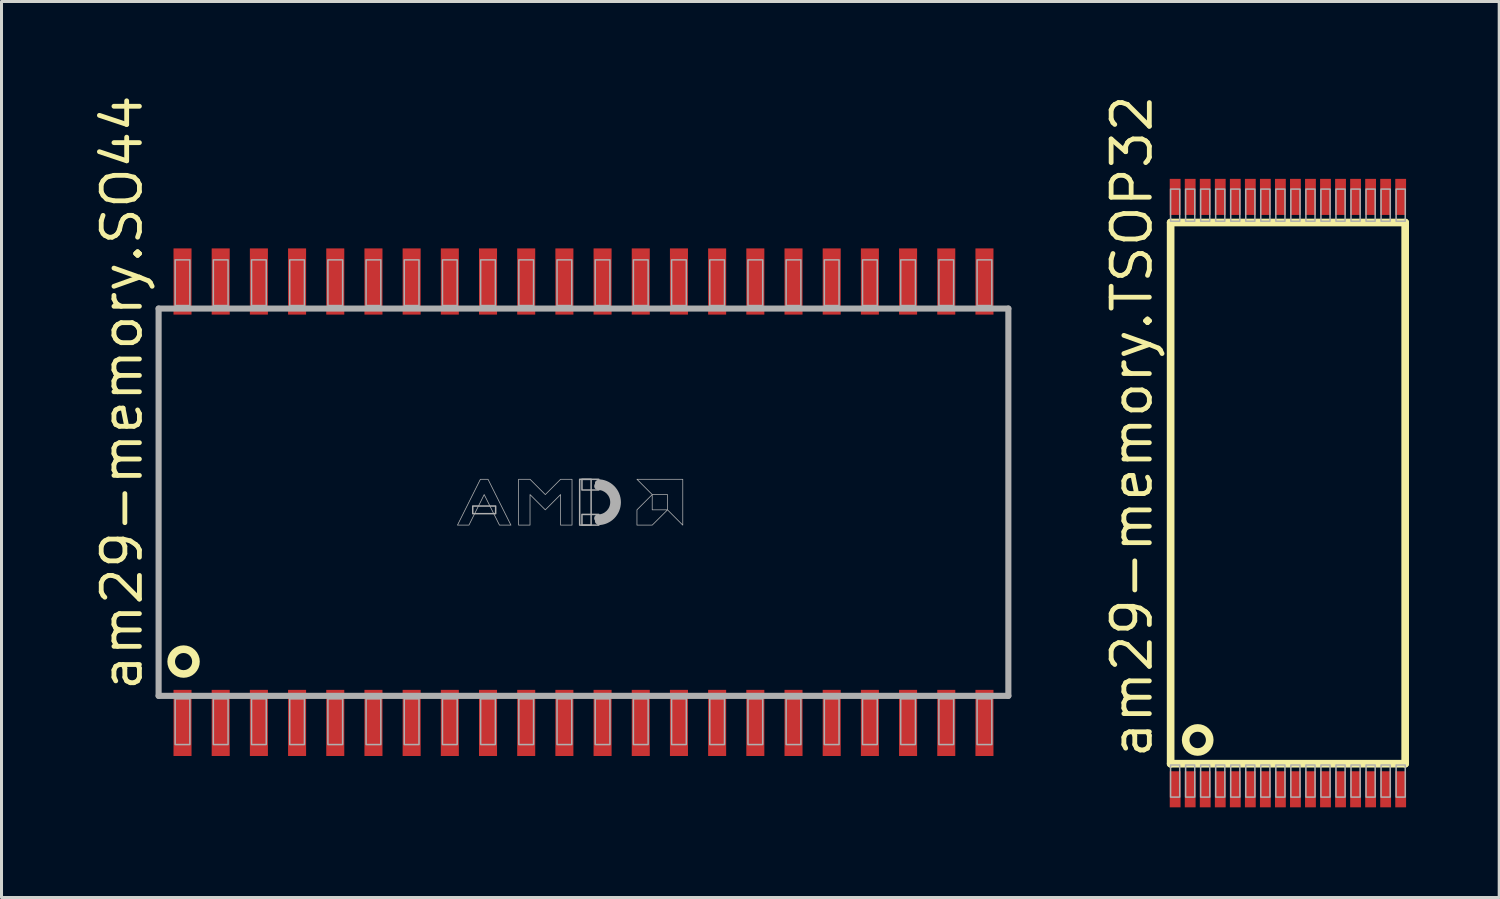
<source format=kicad_pcb>
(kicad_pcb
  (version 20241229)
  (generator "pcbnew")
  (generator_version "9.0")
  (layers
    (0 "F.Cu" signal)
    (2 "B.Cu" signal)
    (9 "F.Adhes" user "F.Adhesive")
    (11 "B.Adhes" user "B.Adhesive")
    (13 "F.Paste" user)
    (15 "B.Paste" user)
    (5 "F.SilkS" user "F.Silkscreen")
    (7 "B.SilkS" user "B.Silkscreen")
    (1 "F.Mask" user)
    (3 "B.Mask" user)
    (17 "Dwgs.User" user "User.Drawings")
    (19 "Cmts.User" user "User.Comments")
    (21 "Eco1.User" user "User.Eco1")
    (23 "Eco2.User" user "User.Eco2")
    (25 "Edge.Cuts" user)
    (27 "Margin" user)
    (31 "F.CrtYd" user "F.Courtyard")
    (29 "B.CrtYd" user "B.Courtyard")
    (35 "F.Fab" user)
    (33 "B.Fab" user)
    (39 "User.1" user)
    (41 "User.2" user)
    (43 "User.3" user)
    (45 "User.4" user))
  (footprint "am29-memory.SO44"
    (layer "F.Cu")
    (at 16.355 13.652)
    (property "Reference" "am29-memory.SO44" (at -14.605 6.35 90) (layer "F.SilkS") (effects (font (size 1.27 1.27) (thickness 0.16)) (justify left bottom)))
    (attr smd)
    (fp_circle (center -13.3 5.3) (end -12.888 5.3) (stroke (width 0.254) (type default)) (fill no) (layer "F.SilkS"))
    (fp_line (start -14.13 -6.44) (end 14.13 -6.44) (stroke (width 0.203) (type default)) (layer "F.Fab"))
    (fp_line (start -14.13 6.44) (end -14.13 -6.44) (stroke (width 0.203) (type default)) (layer "F.Fab"))
    (fp_line (start 14.13 -6.44) (end 14.13 6.44) (stroke (width 0.203) (type default)) (layer "F.Fab"))
    (fp_line (start 14.13 6.44) (end -14.13 6.44) (stroke (width 0.203) (type default)) (layer "F.Fab"))
    (fp_rect (start -13.58 -6.54) (end -13.09 -8.06) (stroke (width 0.05) (type default)) (fill no) (layer "F.Fab"))
    (fp_rect (start -13.58 8.06) (end -13.09 6.54) (stroke (width 0.05) (type default)) (fill no) (layer "F.Fab"))
    (fp_rect (start -12.31 -6.54) (end -11.82 -8.06) (stroke (width 0.05) (type default)) (fill no) (layer "F.Fab"))
    (fp_rect (start -12.31 8.06) (end -11.82 6.54) (stroke (width 0.05) (type default)) (fill no) (layer "F.Fab"))
    (fp_rect (start -11.04 -6.54) (end -10.55 -8.06) (stroke (width 0.05) (type default)) (fill no) (layer "F.Fab"))
    (fp_rect (start -11.04 8.06) (end -10.55 6.54) (stroke (width 0.05) (type default)) (fill no) (layer "F.Fab"))
    (fp_rect (start -9.77 -6.54) (end -9.28 -8.06) (stroke (width 0.05) (type default)) (fill no) (layer "F.Fab"))
    (fp_rect (start -9.77 8.06) (end -9.28 6.54) (stroke (width 0.05) (type default)) (fill no) (layer "F.Fab"))
    (fp_rect (start -8.5 -6.54) (end -8.01 -8.06) (stroke (width 0.05) (type default)) (fill no) (layer "F.Fab"))
    (fp_rect (start -8.5 8.06) (end -8.01 6.54) (stroke (width 0.05) (type default)) (fill no) (layer "F.Fab"))
    (fp_rect (start -7.23 -6.54) (end -6.74 -8.06) (stroke (width 0.05) (type default)) (fill no) (layer "F.Fab"))
    (fp_rect (start -7.23 8.06) (end -6.74 6.54) (stroke (width 0.05) (type default)) (fill no) (layer "F.Fab"))
    (fp_rect (start -5.96 -6.54) (end -5.47 -8.06) (stroke (width 0.05) (type default)) (fill no) (layer "F.Fab"))
    (fp_rect (start -5.96 8.06) (end -5.47 6.54) (stroke (width 0.05) (type default)) (fill no) (layer "F.Fab"))
    (fp_rect (start -4.69 -6.54) (end -4.2 -8.06) (stroke (width 0.05) (type default)) (fill no) (layer "F.Fab"))
    (fp_rect (start -4.69 8.06) (end -4.2 6.54) (stroke (width 0.05) (type default)) (fill no) (layer "F.Fab"))
    (fp_rect (start -3.683 0.381) (end -2.921 0.127) (stroke (width 0.05) (type default)) (fill no) (layer "F.Fab"))
    (fp_rect (start -3.42 -6.54) (end -2.93 -8.06) (stroke (width 0.05) (type default)) (fill no) (layer "F.Fab"))
    (fp_rect (start -3.42 8.06) (end -2.93 6.54) (stroke (width 0.05) (type default)) (fill no) (layer "F.Fab"))
    (fp_rect (start -2.15 -6.54) (end -1.66 -8.06) (stroke (width 0.05) (type default)) (fill no) (layer "F.Fab"))
    (fp_rect (start -2.15 8.06) (end -1.66 6.54) (stroke (width 0.05) (type default)) (fill no) (layer "F.Fab"))
    (fp_rect (start -0.88 -6.54) (end -0.39 -8.06) (stroke (width 0.05) (type default)) (fill no) (layer "F.Fab"))
    (fp_rect (start -0.88 8.06) (end -0.39 6.54) (stroke (width 0.05) (type default)) (fill no) (layer "F.Fab"))
    (fp_rect (start -0.127 0.762) (end 0.254 -0.762) (stroke (width 0.05) (type default)) (fill no) (layer "F.Fab"))
    (fp_rect (start -0.051 -0.406) (end 0.508 -0.762) (stroke (width 0.05) (type default)) (fill no) (layer "F.Fab"))
    (fp_rect (start -0.051 0.762) (end 0.508 0.406) (stroke (width 0.05) (type default)) (fill no) (layer "F.Fab"))
    (fp_rect (start 0.39 -6.54) (end 0.88 -8.06) (stroke (width 0.05) (type default)) (fill no) (layer "F.Fab"))
    (fp_rect (start 0.39 8.06) (end 0.88 6.54) (stroke (width 0.05) (type default)) (fill no) (layer "F.Fab"))
    (fp_rect (start 1.66 -6.54) (end 2.15 -8.06) (stroke (width 0.05) (type default)) (fill no) (layer "F.Fab"))
    (fp_rect (start 1.66 8.06) (end 2.15 6.54) (stroke (width 0.05) (type default)) (fill no) (layer "F.Fab"))
    (fp_rect (start 2.93 -6.54) (end 3.42 -8.06) (stroke (width 0.05) (type default)) (fill no) (layer "F.Fab"))
    (fp_rect (start 2.93 8.06) (end 3.42 6.54) (stroke (width 0.05) (type default)) (fill no) (layer "F.Fab"))
    (fp_rect (start 4.2 -6.54) (end 4.69 -8.06) (stroke (width 0.05) (type default)) (fill no) (layer "F.Fab"))
    (fp_rect (start 4.2 8.06) (end 4.69 6.54) (stroke (width 0.05) (type default)) (fill no) (layer "F.Fab"))
    (fp_rect (start 5.47 -6.54) (end 5.96 -8.06) (stroke (width 0.05) (type default)) (fill no) (layer "F.Fab"))
    (fp_rect (start 5.47 8.06) (end 5.96 6.54) (stroke (width 0.05) (type default)) (fill no) (layer "F.Fab"))
    (fp_rect (start 6.74 -6.54) (end 7.23 -8.06) (stroke (width 0.05) (type default)) (fill no) (layer "F.Fab"))
    (fp_rect (start 6.74 8.06) (end 7.23 6.54) (stroke (width 0.05) (type default)) (fill no) (layer "F.Fab"))
    (fp_rect (start 8.01 -6.54) (end 8.5 -8.06) (stroke (width 0.05) (type default)) (fill no) (layer "F.Fab"))
    (fp_rect (start 8.01 8.06) (end 8.5 6.54) (stroke (width 0.05) (type default)) (fill no) (layer "F.Fab"))
    (fp_rect (start 9.28 -6.54) (end 9.77 -8.06) (stroke (width 0.05) (type default)) (fill no) (layer "F.Fab"))
    (fp_rect (start 9.28 8.06) (end 9.77 6.54) (stroke (width 0.05) (type default)) (fill no) (layer "F.Fab"))
    (fp_rect (start 10.55 -6.54) (end 11.04 -8.06) (stroke (width 0.05) (type default)) (fill no) (layer "F.Fab"))
    (fp_rect (start 10.55 8.06) (end 11.04 6.54) (stroke (width 0.05) (type default)) (fill no) (layer "F.Fab"))
    (fp_rect (start 11.82 -6.54) (end 12.31 -8.06) (stroke (width 0.05) (type default)) (fill no) (layer "F.Fab"))
    (fp_rect (start 11.82 8.06) (end 12.31 6.54) (stroke (width 0.05) (type default)) (fill no) (layer "F.Fab"))
    (fp_rect (start 13.09 -6.54) (end 13.58 -8.06) (stroke (width 0.05) (type default)) (fill no) (layer "F.Fab"))
    (fp_rect (start 13.09 8.06) (end 13.58 6.54) (stroke (width 0.05) (type default)) (fill no) (layer "F.Fab"))
    (fp_arc (start 0.4826 -0.7366) (mid 1.2192 0) (end 0.4826 0.7366) (stroke (width 0.0508) (type default)) (layer "F.Fab"))
    (fp_arc (start 0.4826 -0.635) (mid 1.1176 0) (end 0.4826 0.635) (stroke (width 0.2032) (type default)) (layer "F.Fab"))
    (fp_arc (start 0.4826 -0.5334) (mid 1.016 0) (end 0.4826 0.5334) (stroke (width 0.254) (type default)) (layer "F.Fab"))
    (fp_poly (pts (xy 1.778 -0.762) (xy 3.302 -0.762) (xy 3.302 0.762) (xy 2.794 0.254) (xy 2.794 -0.254) (xy 2.286 -0.254)) (stroke (width 0.025) (type default)) (fill no) (layer "F.Fab"))
    (fp_poly (pts (xy 2.286 -0.254) (xy 1.778 0.254) (xy 1.778 0.762) (xy 2.286 0.762) (xy 2.794 0.254) (xy 2.286 0.254)) (stroke (width 0.025) (type default)) (fill no) (layer "F.Fab"))
    (fp_poly (pts (xy -4.191 0.762) (xy -3.429 -0.762) (xy -3.175 -0.762) (xy -2.413 0.762) (xy -2.794 0.762) (xy -3.302 -0.254) (xy -3.81 0.762)) (stroke (width 0.025) (type default)) (fill no) (layer "F.Fab"))
    (fp_poly (pts (xy -2.159 0.762) (xy -2.159 -0.762) (xy -1.778 -0.762) (xy -1.27 -0.254) (xy -0.762 -0.762) (xy -0.381 -0.762) (xy -0.381 0.762) (xy -0.762 0.762) (xy -0.762 -0.254) (xy -1.27 0.254) (xy -1.778 -0.254) (xy -1.778 0.762)) (stroke (width 0.025) (type default)) (fill no) (layer "F.Fab"))
    (pad "1" smd roundrect (at -13.335 7.34) (size 0.6 2.2) (layers "F.Cu" "F.Mask" "F.Paste") (roundrect_rratio 0.01))
    (pad "2" smd roundrect (at -12.065 7.34) (size 0.6 2.2) (layers "F.Cu" "F.Mask" "F.Paste") (roundrect_rratio 0.01))
    (pad "3" smd roundrect (at -10.795 7.34) (size 0.6 2.2) (layers "F.Cu" "F.Mask" "F.Paste") (roundrect_rratio 0.01))
    (pad "4" smd roundrect (at -9.525 7.34) (size 0.6 2.2) (layers "F.Cu" "F.Mask" "F.Paste") (roundrect_rratio 0.01))
    (pad "5" smd roundrect (at -8.255 7.34) (size 0.6 2.2) (layers "F.Cu" "F.Mask" "F.Paste") (roundrect_rratio 0.01))
    (pad "6" smd roundrect (at -6.985 7.34) (size 0.6 2.2) (layers "F.Cu" "F.Mask" "F.Paste") (roundrect_rratio 0.01))
    (pad "7" smd roundrect (at -5.715 7.34) (size 0.6 2.2) (layers "F.Cu" "F.Mask" "F.Paste") (roundrect_rratio 0.01))
    (pad "8" smd roundrect (at -4.445 7.34) (size 0.6 2.2) (layers "F.Cu" "F.Mask" "F.Paste") (roundrect_rratio 0.01))
    (pad "9" smd roundrect (at -3.175 7.34) (size 0.6 2.2) (layers "F.Cu" "F.Mask" "F.Paste") (roundrect_rratio 0.01))
    (pad "10" smd roundrect (at -1.905 7.34) (size 0.6 2.2) (layers "F.Cu" "F.Mask" "F.Paste") (roundrect_rratio 0.01))
    (pad "11" smd roundrect (at -0.635 7.34) (size 0.6 2.2) (layers "F.Cu" "F.Mask" "F.Paste") (roundrect_rratio 0.01))
    (pad "12" smd roundrect (at 0.635 7.34) (size 0.6 2.2) (layers "F.Cu" "F.Mask" "F.Paste") (roundrect_rratio 0.01))
    (pad "13" smd roundrect (at 1.905 7.34) (size 0.6 2.2) (layers "F.Cu" "F.Mask" "F.Paste") (roundrect_rratio 0.01))
    (pad "14" smd roundrect (at 3.175 7.34) (size 0.6 2.2) (layers "F.Cu" "F.Mask" "F.Paste") (roundrect_rratio 0.01))
    (pad "15" smd roundrect (at 4.445 7.34) (size 0.6 2.2) (layers "F.Cu" "F.Mask" "F.Paste") (roundrect_rratio 0.01))
    (pad "16" smd roundrect (at 5.715 7.34) (size 0.6 2.2) (layers "F.Cu" "F.Mask" "F.Paste") (roundrect_rratio 0.01))
    (pad "17" smd roundrect (at 6.985 7.34) (size 0.6 2.2) (layers "F.Cu" "F.Mask" "F.Paste") (roundrect_rratio 0.01))
    (pad "18" smd roundrect (at 8.255 7.34) (size 0.6 2.2) (layers "F.Cu" "F.Mask" "F.Paste") (roundrect_rratio 0.01))
    (pad "19" smd roundrect (at 9.525 7.34) (size 0.6 2.2) (layers "F.Cu" "F.Mask" "F.Paste") (roundrect_rratio 0.01))
    (pad "20" smd roundrect (at 10.795 7.34) (size 0.6 2.2) (layers "F.Cu" "F.Mask" "F.Paste") (roundrect_rratio 0.01))
    (pad "21" smd roundrect (at 12.065 7.34) (size 0.6 2.2) (layers "F.Cu" "F.Mask" "F.Paste") (roundrect_rratio 0.01))
    (pad "22" smd roundrect (at 13.335 7.34) (size 0.6 2.2) (layers "F.Cu" "F.Mask" "F.Paste") (roundrect_rratio 0.01))
    (pad "23" smd roundrect (at 13.335 -7.34) (size 0.6 2.2) (layers "F.Cu" "F.Mask" "F.Paste") (roundrect_rratio 0.01))
    (pad "24" smd roundrect (at 12.065 -7.34) (size 0.6 2.2) (layers "F.Cu" "F.Mask" "F.Paste") (roundrect_rratio 0.01))
    (pad "25" smd roundrect (at 10.795 -7.34) (size 0.6 2.2) (layers "F.Cu" "F.Mask" "F.Paste") (roundrect_rratio 0.01))
    (pad "26" smd roundrect (at 9.525 -7.34) (size 0.6 2.2) (layers "F.Cu" "F.Mask" "F.Paste") (roundrect_rratio 0.01))
    (pad "27" smd roundrect (at 8.255 -7.34) (size 0.6 2.2) (layers "F.Cu" "F.Mask" "F.Paste") (roundrect_rratio 0.01))
    (pad "28" smd roundrect (at 6.985 -7.34) (size 0.6 2.2) (layers "F.Cu" "F.Mask" "F.Paste") (roundrect_rratio 0.01))
    (pad "29" smd roundrect (at 5.715 -7.34) (size 0.6 2.2) (layers "F.Cu" "F.Mask" "F.Paste") (roundrect_rratio 0.01))
    (pad "30" smd roundrect (at 4.445 -7.34) (size 0.6 2.2) (layers "F.Cu" "F.Mask" "F.Paste") (roundrect_rratio 0.01))
    (pad "31" smd roundrect (at 3.175 -7.34) (size 0.6 2.2) (layers "F.Cu" "F.Mask" "F.Paste") (roundrect_rratio 0.01))
    (pad "32" smd roundrect (at 1.905 -7.34) (size 0.6 2.2) (layers "F.Cu" "F.Mask" "F.Paste") (roundrect_rratio 0.01))
    (pad "33" smd roundrect (at 0.635 -7.34) (size 0.6 2.2) (layers "F.Cu" "F.Mask" "F.Paste") (roundrect_rratio 0.01))
    (pad "34" smd roundrect (at -0.635 -7.34) (size 0.6 2.2) (layers "F.Cu" "F.Mask" "F.Paste") (roundrect_rratio 0.01))
    (pad "35" smd roundrect (at -1.905 -7.34) (size 0.6 2.2) (layers "F.Cu" "F.Mask" "F.Paste") (roundrect_rratio 0.01))
    (pad "36" smd roundrect (at -3.175 -7.34) (size 0.6 2.2) (layers "F.Cu" "F.Mask" "F.Paste") (roundrect_rratio 0.01))
    (pad "37" smd roundrect (at -4.445 -7.34) (size 0.6 2.2) (layers "F.Cu" "F.Mask" "F.Paste") (roundrect_rratio 0.01))
    (pad "38" smd roundrect (at -5.715 -7.34) (size 0.6 2.2) (layers "F.Cu" "F.Mask" "F.Paste") (roundrect_rratio 0.01))
    (pad "39" smd roundrect (at -6.985 -7.34) (size 0.6 2.2) (layers "F.Cu" "F.Mask" "F.Paste") (roundrect_rratio 0.01))
    (pad "40" smd roundrect (at -8.255 -7.34) (size 0.6 2.2) (layers "F.Cu" "F.Mask" "F.Paste") (roundrect_rratio 0.01))
    (pad "41" smd roundrect (at -9.525 -7.34) (size 0.6 2.2) (layers "F.Cu" "F.Mask" "F.Paste") (roundrect_rratio 0.01))
    (pad "42" smd roundrect (at -10.795 -7.34) (size 0.6 2.2) (layers "F.Cu" "F.Mask" "F.Paste") (roundrect_rratio 0.01))
    (pad "43" smd roundrect (at -12.065 -7.34) (size 0.6 2.2) (layers "F.Cu" "F.Mask" "F.Paste") (roundrect_rratio 0.01))
    (pad "44" smd roundrect (at -13.335 -7.34) (size 0.6 2.2) (layers "F.Cu" "F.Mask" "F.Paste") (roundrect_rratio 0.01)))
  (footprint "am29-memory.TSOP32"
    (layer "F.Cu")
    (at 39.782 13.349)
    (property "Reference" "am29-memory.TSOP32" (at -4.445 8.89 90) (layer "F.SilkS") (effects (font (size 1.27 1.27) (thickness 0.16)) (justify left bottom)))
    (attr smd)
    (fp_line (start -3.9 -9) (end 3.9 -9) (stroke (width 0.254) (type default)) (layer "F.SilkS"))
    (fp_line (start -3.9 9) (end -3.9 -9) (stroke (width 0.254) (type default)) (layer "F.SilkS"))
    (fp_line (start 3.9 -9) (end 3.9 9) (stroke (width 0.254) (type default)) (layer "F.SilkS"))
    (fp_line (start 3.9 9) (end -3.9 9) (stroke (width 0.254) (type default)) (layer "F.SilkS"))
    (fp_circle (center -3 8.21) (end -2.6 8.21) (stroke (width 0.254) (type default)) (fill no) (layer "F.SilkS"))
    (fp_rect (start -3.902 -9.043) (end -3.598 -10.11) (stroke (width 0.05) (type default)) (fill no) (layer "F.Fab"))
    (fp_rect (start -3.902 10.11) (end -3.598 9.043) (stroke (width 0.05) (type default)) (fill no) (layer "F.Fab"))
    (fp_rect (start -3.402 -9.043) (end -3.098 -10.11) (stroke (width 0.05) (type default)) (fill no) (layer "F.Fab"))
    (fp_rect (start -3.402 10.11) (end -3.098 9.043) (stroke (width 0.05) (type default)) (fill no) (layer "F.Fab"))
    (fp_rect (start -2.902 -9.043) (end -2.598 -10.11) (stroke (width 0.05) (type default)) (fill no) (layer "F.Fab"))
    (fp_rect (start -2.902 10.11) (end -2.598 9.043) (stroke (width 0.05) (type default)) (fill no) (layer "F.Fab"))
    (fp_rect (start -2.402 -9.043) (end -2.098 -10.11) (stroke (width 0.05) (type default)) (fill no) (layer "F.Fab"))
    (fp_rect (start -2.402 10.11) (end -2.098 9.043) (stroke (width 0.05) (type default)) (fill no) (layer "F.Fab"))
    (fp_rect (start -1.902 -9.043) (end -1.598 -10.11) (stroke (width 0.05) (type default)) (fill no) (layer "F.Fab"))
    (fp_rect (start -1.902 10.11) (end -1.598 9.043) (stroke (width 0.05) (type default)) (fill no) (layer "F.Fab"))
    (fp_rect (start -1.402 -9.043) (end -1.098 -10.11) (stroke (width 0.05) (type default)) (fill no) (layer "F.Fab"))
    (fp_rect (start -1.402 10.11) (end -1.098 9.043) (stroke (width 0.05) (type default)) (fill no) (layer "F.Fab"))
    (fp_rect (start -0.902 -9.043) (end -0.598 -10.11) (stroke (width 0.05) (type default)) (fill no) (layer "F.Fab"))
    (fp_rect (start -0.902 10.11) (end -0.598 9.043) (stroke (width 0.05) (type default)) (fill no) (layer "F.Fab"))
    (fp_rect (start -0.402 -9.043) (end -0.098 -10.11) (stroke (width 0.05) (type default)) (fill no) (layer "F.Fab"))
    (fp_rect (start -0.402 10.11) (end -0.098 9.043) (stroke (width 0.05) (type default)) (fill no) (layer "F.Fab"))
    (fp_rect (start 0.098 -9.043) (end 0.402 -10.11) (stroke (width 0.05) (type default)) (fill no) (layer "F.Fab"))
    (fp_rect (start 0.098 10.11) (end 0.402 9.043) (stroke (width 0.05) (type default)) (fill no) (layer "F.Fab"))
    (fp_rect (start 0.598 -9.043) (end 0.902 -10.11) (stroke (width 0.05) (type default)) (fill no) (layer "F.Fab"))
    (fp_rect (start 0.598 10.11) (end 0.902 9.043) (stroke (width 0.05) (type default)) (fill no) (layer "F.Fab"))
    (fp_rect (start 1.098 -9.043) (end 1.402 -10.11) (stroke (width 0.05) (type default)) (fill no) (layer "F.Fab"))
    (fp_rect (start 1.098 10.11) (end 1.402 9.043) (stroke (width 0.05) (type default)) (fill no) (layer "F.Fab"))
    (fp_rect (start 1.598 -9.043) (end 1.902 -10.11) (stroke (width 0.05) (type default)) (fill no) (layer "F.Fab"))
    (fp_rect (start 1.598 10.11) (end 1.902 9.043) (stroke (width 0.05) (type default)) (fill no) (layer "F.Fab"))
    (fp_rect (start 2.098 -9.043) (end 2.402 -10.11) (stroke (width 0.05) (type default)) (fill no) (layer "F.Fab"))
    (fp_rect (start 2.098 10.11) (end 2.402 9.043) (stroke (width 0.05) (type default)) (fill no) (layer "F.Fab"))
    (fp_rect (start 2.598 -9.043) (end 2.902 -10.11) (stroke (width 0.05) (type default)) (fill no) (layer "F.Fab"))
    (fp_rect (start 2.598 10.11) (end 2.902 9.043) (stroke (width 0.05) (type default)) (fill no) (layer "F.Fab"))
    (fp_rect (start 3.098 -9.043) (end 3.402 -10.11) (stroke (width 0.05) (type default)) (fill no) (layer "F.Fab"))
    (fp_rect (start 3.098 10.11) (end 3.402 9.043) (stroke (width 0.05) (type default)) (fill no) (layer "F.Fab"))
    (fp_rect (start 3.598 -9.043) (end 3.902 -10.11) (stroke (width 0.05) (type default)) (fill no) (layer "F.Fab"))
    (fp_rect (start 3.598 10.11) (end 3.902 9.043) (stroke (width 0.05) (type default)) (fill no) (layer "F.Fab"))
    (pad "1" smd roundrect (at -3.75 9.85) (size 0.36 1.2) (layers "F.Cu" "F.Mask" "F.Paste") (roundrect_rratio 0.01))
    (pad "2" smd roundrect (at -3.25 9.85) (size 0.36 1.2) (layers "F.Cu" "F.Mask" "F.Paste") (roundrect_rratio 0.01))
    (pad "3" smd roundrect (at -2.75 9.85) (size 0.36 1.2) (layers "F.Cu" "F.Mask" "F.Paste") (roundrect_rratio 0.01))
    (pad "4" smd roundrect (at -2.25 9.85) (size 0.36 1.2) (layers "F.Cu" "F.Mask" "F.Paste") (roundrect_rratio 0.01))
    (pad "5" smd roundrect (at -1.75 9.85) (size 0.36 1.2) (layers "F.Cu" "F.Mask" "F.Paste") (roundrect_rratio 0.01))
    (pad "6" smd roundrect (at -1.25 9.85) (size 0.36 1.2) (layers "F.Cu" "F.Mask" "F.Paste") (roundrect_rratio 0.01))
    (pad "7" smd roundrect (at -0.75 9.85) (size 0.36 1.2) (layers "F.Cu" "F.Mask" "F.Paste") (roundrect_rratio 0.01))
    (pad "8" smd roundrect (at -0.25 9.85) (size 0.36 1.2) (layers "F.Cu" "F.Mask" "F.Paste") (roundrect_rratio 0.01))
    (pad "9" smd roundrect (at 0.25 9.85) (size 0.36 1.2) (layers "F.Cu" "F.Mask" "F.Paste") (roundrect_rratio 0.01))
    (pad "10" smd roundrect (at 0.75 9.85) (size 0.36 1.2) (layers "F.Cu" "F.Mask" "F.Paste") (roundrect_rratio 0.01))
    (pad "11" smd roundrect (at 1.25 9.85) (size 0.36 1.2) (layers "F.Cu" "F.Mask" "F.Paste") (roundrect_rratio 0.01))
    (pad "12" smd roundrect (at 1.75 9.85) (size 0.36 1.2) (layers "F.Cu" "F.Mask" "F.Paste") (roundrect_rratio 0.01))
    (pad "13" smd roundrect (at 2.25 9.85) (size 0.36 1.2) (layers "F.Cu" "F.Mask" "F.Paste") (roundrect_rratio 0.01))
    (pad "14" smd roundrect (at 2.75 9.85) (size 0.36 1.2) (layers "F.Cu" "F.Mask" "F.Paste") (roundrect_rratio 0.01))
    (pad "15" smd roundrect (at 3.25 9.85) (size 0.36 1.2) (layers "F.Cu" "F.Mask" "F.Paste") (roundrect_rratio 0.01))
    (pad "16" smd roundrect (at 3.75 9.85) (size 0.36 1.2) (layers "F.Cu" "F.Mask" "F.Paste") (roundrect_rratio 0.01))
    (pad "17" smd roundrect (at 3.75 -9.85) (size 0.36 1.2) (layers "F.Cu" "F.Mask" "F.Paste") (roundrect_rratio 0.01))
    (pad "18" smd roundrect (at 3.25 -9.85) (size 0.36 1.2) (layers "F.Cu" "F.Mask" "F.Paste") (roundrect_rratio 0.01))
    (pad "19" smd roundrect (at 2.75 -9.85) (size 0.36 1.2) (layers "F.Cu" "F.Mask" "F.Paste") (roundrect_rratio 0.01))
    (pad "20" smd roundrect (at 2.25 -9.85) (size 0.36 1.2) (layers "F.Cu" "F.Mask" "F.Paste") (roundrect_rratio 0.01))
    (pad "21" smd roundrect (at 1.75 -9.85) (size 0.36 1.2) (layers "F.Cu" "F.Mask" "F.Paste") (roundrect_rratio 0.01))
    (pad "22" smd roundrect (at 1.25 -9.85) (size 0.36 1.2) (layers "F.Cu" "F.Mask" "F.Paste") (roundrect_rratio 0.01))
    (pad "23" smd roundrect (at 0.75 -9.85) (size 0.36 1.2) (layers "F.Cu" "F.Mask" "F.Paste") (roundrect_rratio 0.01))
    (pad "24" smd roundrect (at 0.25 -9.85) (size 0.36 1.2) (layers "F.Cu" "F.Mask" "F.Paste") (roundrect_rratio 0.01))
    (pad "25" smd roundrect (at -0.25 -9.85) (size 0.36 1.2) (layers "F.Cu" "F.Mask" "F.Paste") (roundrect_rratio 0.01))
    (pad "26" smd roundrect (at -0.75 -9.85) (size 0.36 1.2) (layers "F.Cu" "F.Mask" "F.Paste") (roundrect_rratio 0.01))
    (pad "27" smd roundrect (at -1.25 -9.85) (size 0.36 1.2) (layers "F.Cu" "F.Mask" "F.Paste") (roundrect_rratio 0.01))
    (pad "28" smd roundrect (at -1.75 -9.85) (size 0.36 1.2) (layers "F.Cu" "F.Mask" "F.Paste") (roundrect_rratio 0.01))
    (pad "29" smd roundrect (at -2.25 -9.85) (size 0.36 1.2) (layers "F.Cu" "F.Mask" "F.Paste") (roundrect_rratio 0.01))
    (pad "30" smd roundrect (at -2.75 -9.85) (size 0.36 1.2) (layers "F.Cu" "F.Mask" "F.Paste") (roundrect_rratio 0.01))
    (pad "31" smd roundrect (at -3.25 -9.85) (size 0.36 1.2) (layers "F.Cu" "F.Mask" "F.Paste") (roundrect_rratio 0.01))
    (pad "32" smd roundrect (at -3.75 -9.85) (size 0.36 1.2) (layers "F.Cu" "F.Mask" "F.Paste") (roundrect_rratio 0.01)))
  (gr_rect
    (start -3 -3)
    (end 46.809 26.799)
    (stroke (width 0.1) (type default))
    (fill no)
    (layer "Edge.Cuts")))
</source>
